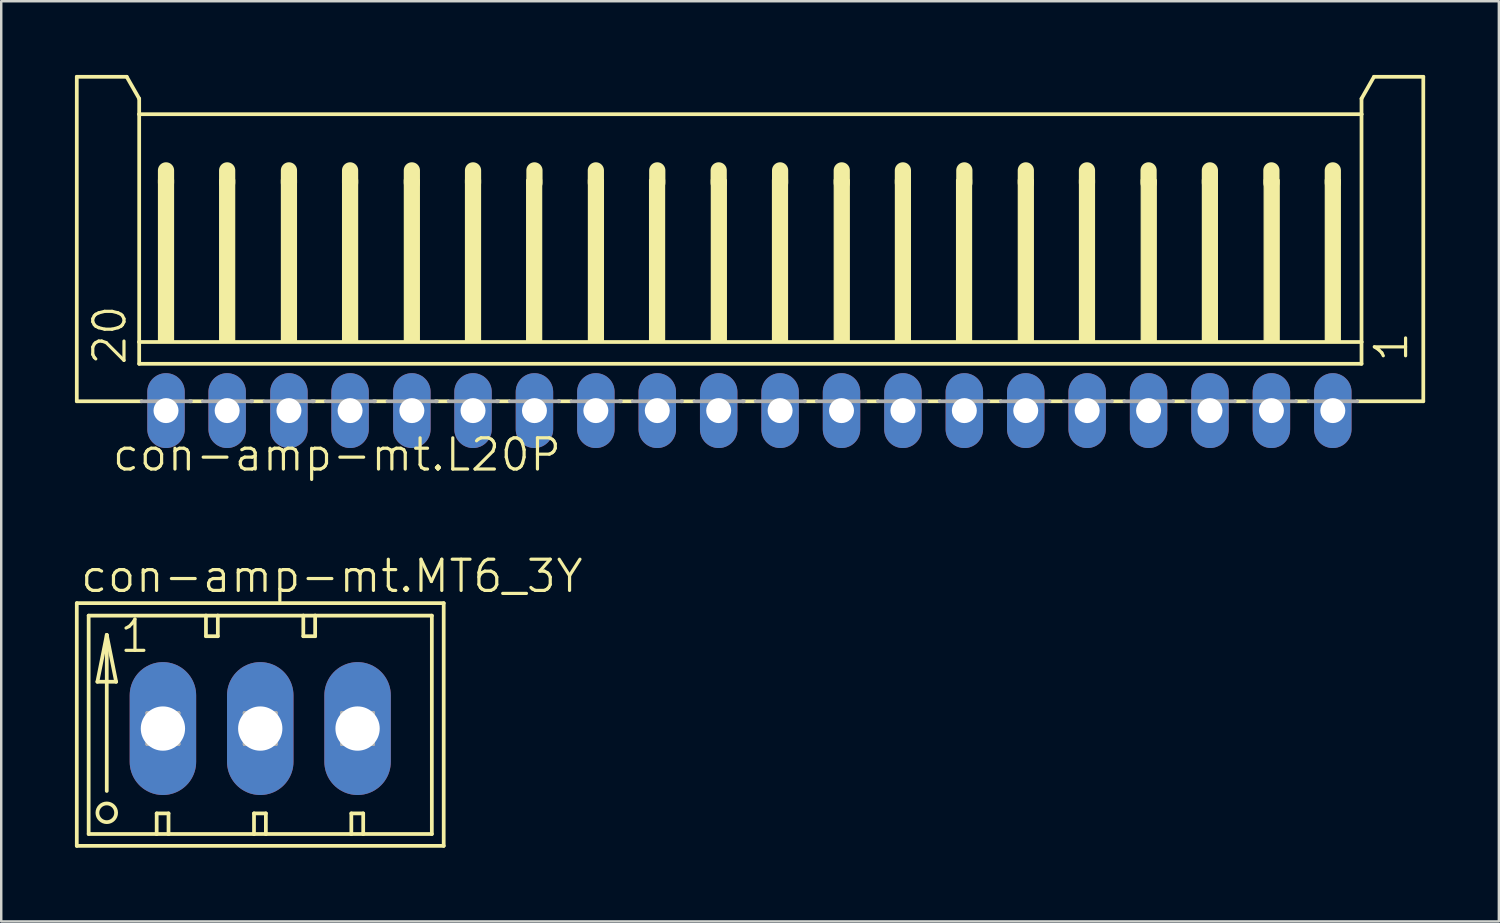
<source format=kicad_pcb>
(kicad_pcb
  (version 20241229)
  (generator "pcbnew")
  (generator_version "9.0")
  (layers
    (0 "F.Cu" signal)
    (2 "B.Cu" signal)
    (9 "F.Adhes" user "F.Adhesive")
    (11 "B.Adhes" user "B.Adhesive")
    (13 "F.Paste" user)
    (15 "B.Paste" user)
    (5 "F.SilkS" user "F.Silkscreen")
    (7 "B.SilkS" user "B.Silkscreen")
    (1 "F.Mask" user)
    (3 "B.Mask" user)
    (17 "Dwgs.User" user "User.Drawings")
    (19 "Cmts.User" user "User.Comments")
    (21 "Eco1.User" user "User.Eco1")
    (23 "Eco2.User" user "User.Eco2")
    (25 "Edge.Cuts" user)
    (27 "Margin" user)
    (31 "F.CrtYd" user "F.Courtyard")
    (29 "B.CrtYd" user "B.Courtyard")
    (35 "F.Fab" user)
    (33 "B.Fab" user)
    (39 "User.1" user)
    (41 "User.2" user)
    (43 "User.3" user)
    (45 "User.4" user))
  (footprint "con-amp-mt.MT6_3Y"
    (layer "F.Cu")
    (at 7.544 26.608)
    (property "Reference" "con-amp-mt.MT6_3Y" (at -7.391 -5.461 0) (layer "F.SilkS") (effects (font (size 1.27 1.27) (thickness 0.13)) (justify left bottom)))
    (attr through_hole)
    (fp_line (start -7.468 -5.105) (end -7.468 4.775) (stroke (width 0.152) (type default)) (layer "F.SilkS"))
    (fp_line (start -7.468 4.775) (end 7.468 4.775) (stroke (width 0.152) (type default)) (layer "F.SilkS"))
    (fp_line (start -6.985 -4.597) (end -6.985 4.293) (stroke (width 0.152) (type default)) (layer "F.SilkS"))
    (fp_line (start -6.985 4.293) (end -4.216 4.293) (stroke (width 0.152) (type default)) (layer "F.SilkS"))
    (fp_line (start -6.629 -1.905) (end -5.867 -1.905) (stroke (width 0.152) (type default)) (layer "F.SilkS"))
    (fp_line (start -6.248 -3.81) (end -6.629 -1.905) (stroke (width 0.152) (type default)) (layer "F.SilkS"))
    (fp_line (start -6.248 -3.81) (end -5.867 -1.905) (stroke (width 0.152) (type default)) (layer "F.SilkS"))
    (fp_line (start -6.248 2.54) (end -6.248 -3.81) (stroke (width 0.152) (type default)) (layer "F.SilkS"))
    (fp_line (start -4.216 3.454) (end -4.216 4.293) (stroke (width 0.152) (type default)) (layer "F.SilkS"))
    (fp_line (start -4.216 3.454) (end -3.734 3.454) (stroke (width 0.152) (type default)) (layer "F.SilkS"))
    (fp_line (start -4.216 4.293) (end -3.734 4.293) (stroke (width 0.152) (type default)) (layer "F.SilkS"))
    (fp_line (start -3.734 3.454) (end -3.734 4.293) (stroke (width 0.152) (type default)) (layer "F.SilkS"))
    (fp_line (start -3.734 4.293) (end -0.254 4.293) (stroke (width 0.152) (type default)) (layer "F.SilkS"))
    (fp_line (start -2.21 -4.597) (end -6.985 -4.597) (stroke (width 0.152) (type default)) (layer "F.SilkS"))
    (fp_line (start -2.21 -4.597) (end -2.21 -3.759) (stroke (width 0.152) (type default)) (layer "F.SilkS"))
    (fp_line (start -2.21 -3.759) (end -1.727 -3.759) (stroke (width 0.152) (type default)) (layer "F.SilkS"))
    (fp_line (start -1.727 -4.597) (end -2.21 -4.597) (stroke (width 0.152) (type default)) (layer "F.SilkS"))
    (fp_line (start -1.727 -3.759) (end -1.727 -4.597) (stroke (width 0.152) (type default)) (layer "F.SilkS"))
    (fp_line (start -0.254 3.454) (end -0.254 4.293) (stroke (width 0.152) (type default)) (layer "F.SilkS"))
    (fp_line (start -0.254 3.454) (end 0.229 3.454) (stroke (width 0.152) (type default)) (layer "F.SilkS"))
    (fp_line (start -0.254 4.293) (end 0.229 4.293) (stroke (width 0.152) (type default)) (layer "F.SilkS"))
    (fp_line (start 0.229 3.454) (end 0.229 4.293) (stroke (width 0.152) (type default)) (layer "F.SilkS"))
    (fp_line (start 0.229 4.293) (end 3.708 4.293) (stroke (width 0.152) (type default)) (layer "F.SilkS"))
    (fp_line (start 1.753 -4.597) (end -1.727 -4.597) (stroke (width 0.152) (type default)) (layer "F.SilkS"))
    (fp_line (start 1.753 -3.759) (end 1.753 -4.597) (stroke (width 0.152) (type default)) (layer "F.SilkS"))
    (fp_line (start 1.753 -3.759) (end 2.235 -3.759) (stroke (width 0.152) (type default)) (layer "F.SilkS"))
    (fp_line (start 2.235 -4.597) (end 1.753 -4.597) (stroke (width 0.152) (type default)) (layer "F.SilkS"))
    (fp_line (start 2.235 -3.759) (end 2.235 -4.597) (stroke (width 0.152) (type default)) (layer "F.SilkS"))
    (fp_line (start 3.708 3.454) (end 3.708 4.293) (stroke (width 0.152) (type default)) (layer "F.SilkS"))
    (fp_line (start 3.708 3.454) (end 4.191 3.454) (stroke (width 0.152) (type default)) (layer "F.SilkS"))
    (fp_line (start 3.708 4.293) (end 4.191 4.293) (stroke (width 0.152) (type default)) (layer "F.SilkS"))
    (fp_line (start 4.191 3.454) (end 4.191 4.293) (stroke (width 0.152) (type default)) (layer "F.SilkS"))
    (fp_line (start 4.191 4.293) (end 6.985 4.293) (stroke (width 0.152) (type default)) (layer "F.SilkS"))
    (fp_line (start 6.985 -4.597) (end 2.235 -4.597) (stroke (width 0.152) (type default)) (layer "F.SilkS"))
    (fp_line (start 6.985 4.293) (end 6.985 -4.597) (stroke (width 0.152) (type default)) (layer "F.SilkS"))
    (fp_line (start 7.468 -5.105) (end -7.468 -5.105) (stroke (width 0.152) (type default)) (layer "F.SilkS"))
    (fp_line (start 7.468 4.775) (end 7.468 -5.105) (stroke (width 0.152) (type default)) (layer "F.SilkS"))
    (fp_circle (center -6.248 3.429) (end -5.867 3.429) (stroke (width 0.152) (type default)) (fill no) (layer "F.SilkS"))
    (fp_line (start -4.597 -0.635) (end -4.597 0.635) (stroke (width 0.152) (type default)) (layer "F.Fab"))
    (fp_line (start -4.597 -0.635) (end -3.327 0.635) (stroke (width 0.152) (type default)) (layer "F.Fab"))
    (fp_line (start -4.597 0.635) (end -3.327 0.635) (stroke (width 0.152) (type default)) (layer "F.Fab"))
    (fp_line (start -3.327 -0.635) (end -4.597 -0.635) (stroke (width 0.152) (type default)) (layer "F.Fab"))
    (fp_line (start -3.327 -0.635) (end -4.597 0.635) (stroke (width 0.152) (type default)) (layer "F.Fab"))
    (fp_line (start -3.327 0.635) (end -3.327 -0.635) (stroke (width 0.152) (type default)) (layer "F.Fab"))
    (fp_line (start -0.635 -0.635) (end -0.635 0.635) (stroke (width 0.152) (type default)) (layer "F.Fab"))
    (fp_line (start -0.635 -0.635) (end 0.635 0.635) (stroke (width 0.152) (type default)) (layer "F.Fab"))
    (fp_line (start -0.635 0.635) (end 0.635 0.635) (stroke (width 0.152) (type default)) (layer "F.Fab"))
    (fp_line (start 0.635 -0.635) (end -0.635 -0.635) (stroke (width 0.152) (type default)) (layer "F.Fab"))
    (fp_line (start 0.635 -0.635) (end -0.635 0.635) (stroke (width 0.152) (type default)) (layer "F.Fab"))
    (fp_line (start 0.635 0.635) (end 0.635 -0.635) (stroke (width 0.152) (type default)) (layer "F.Fab"))
    (fp_line (start 3.327 -0.635) (end 3.327 0.635) (stroke (width 0.152) (type default)) (layer "F.Fab"))
    (fp_line (start 3.327 -0.635) (end 4.597 0.635) (stroke (width 0.152) (type default)) (layer "F.Fab"))
    (fp_line (start 3.327 0.635) (end 4.597 0.635) (stroke (width 0.152) (type default)) (layer "F.Fab"))
    (fp_line (start 4.597 -0.635) (end 3.327 -0.635) (stroke (width 0.152) (type default)) (layer "F.Fab"))
    (fp_line (start 4.597 -0.635) (end 3.327 0.635) (stroke (width 0.152) (type default)) (layer "F.Fab"))
    (fp_line (start 4.597 0.635) (end 4.597 -0.635) (stroke (width 0.152) (type default)) (layer "F.Fab"))
    (fp_text user "1" (at -5.791 -3.023 0) (layer "F.SilkS") (effects (font (size 1.27 1.27) (thickness 0.13)) (justify left bottom)))
    (pad "1" thru_hole oval (at -3.962 0 90) (size 5.41 2.705) (drill 1.803) (layers "*.Cu" "*.Mask"))
    (pad "2" thru_hole oval (at 0 0 90) (size 5.41 2.705) (drill 1.803) (layers "*.Cu" "*.Mask"))
    (pad "3" thru_hole oval (at 3.962 0 90) (size 5.41 2.705) (drill 1.803) (layers "*.Cu" "*.Mask")))
  (footprint "con-amp-mt.L20P"
    (layer "F.Cu")
    (at 27.456 7.415)
    (property "Reference" "con-amp-mt.L20P" (at -26.009 8.79 0) (layer "F.SilkS") (effects (font (size 1.27 1.27) (thickness 0.13)) (justify left bottom)))
    (attr through_hole)
    (fp_line (start -27.38 -7.339) (end -25.348 -7.339) (stroke (width 0.152) (type default)) (layer "F.SilkS"))
    (fp_line (start -27.38 5.869) (end -27.38 -7.339) (stroke (width 0.152) (type default)) (layer "F.SilkS"))
    (fp_line (start -25.348 -7.339) (end -24.84 -6.45) (stroke (width 0.152) (type default)) (layer "F.SilkS"))
    (fp_line (start -24.84 -6.45) (end -24.84 -5.815) (stroke (width 0.152) (type default)) (layer "F.SilkS"))
    (fp_line (start -24.84 -5.815) (end -24.84 3.456) (stroke (width 0.152) (type default)) (layer "F.SilkS"))
    (fp_line (start -24.84 3.456) (end -24.84 4.345) (stroke (width 0.152) (type default)) (layer "F.SilkS"))
    (fp_line (start -24.739 5.869) (end -27.38 5.869) (stroke (width 0.152) (type default)) (layer "F.SilkS"))
    (fp_line (start -23.748 -3.529) (end -23.748 -3.021) (stroke (width 0.66) (type default)) (layer "F.SilkS"))
    (fp_line (start -22.275 5.869) (end -22.783 5.869) (stroke (width 0.152) (type default)) (layer "F.SilkS"))
    (fp_line (start -21.259 -3.529) (end -21.259 -3.021) (stroke (width 0.66) (type default)) (layer "F.SilkS"))
    (fp_line (start -19.786 5.869) (end -20.294 5.869) (stroke (width 0.152) (type default)) (layer "F.SilkS"))
    (fp_line (start -18.744 -3.529) (end -18.744 -3.021) (stroke (width 0.66) (type default)) (layer "F.SilkS"))
    (fp_line (start -17.296 5.869) (end -17.804 5.869) (stroke (width 0.152) (type default)) (layer "F.SilkS"))
    (fp_line (start -16.255 -3.529) (end -16.255 -3.021) (stroke (width 0.66) (type default)) (layer "F.SilkS"))
    (fp_line (start -14.782 5.869) (end -15.29 5.869) (stroke (width 0.152) (type default)) (layer "F.SilkS"))
    (fp_line (start -13.74 -3.529) (end -13.74 -3.021) (stroke (width 0.66) (type default)) (layer "F.SilkS"))
    (fp_line (start -12.267 5.869) (end -12.775 5.869) (stroke (width 0.152) (type default)) (layer "F.SilkS"))
    (fp_line (start -11.25 -3.529) (end -11.25 -3.021) (stroke (width 0.66) (type default)) (layer "F.SilkS"))
    (fp_line (start -9.778 5.869) (end -10.286 5.869) (stroke (width 0.152) (type default)) (layer "F.SilkS"))
    (fp_line (start -8.75 -3.529) (end -8.75 -3.021) (stroke (width 0.66) (type default)) (layer "F.SilkS"))
    (fp_line (start -7.263 5.869) (end -7.771 5.869) (stroke (width 0.152) (type default)) (layer "F.SilkS"))
    (fp_line (start -6.25 -3.529) (end -6.25 -3.021) (stroke (width 0.66) (type default)) (layer "F.SilkS"))
    (fp_line (start -4.774 5.869) (end -5.282 5.869) (stroke (width 0.152) (type default)) (layer "F.SilkS"))
    (fp_line (start -3.75 -3.529) (end -3.75 -3.021) (stroke (width 0.66) (type default)) (layer "F.SilkS"))
    (fp_line (start -2.26 5.869) (end -2.768 5.869) (stroke (width 0.152) (type default)) (layer "F.SilkS"))
    (fp_line (start -1.25 -3.529) (end -1.25 -3.021) (stroke (width 0.66) (type default)) (layer "F.SilkS"))
    (fp_line (start 0.23 5.869) (end -0.278 5.869) (stroke (width 0.152) (type default)) (layer "F.SilkS"))
    (fp_line (start 1.25 -3.529) (end 1.25 -3.021) (stroke (width 0.66) (type default)) (layer "F.SilkS"))
    (fp_line (start 2.744 5.869) (end 2.236 5.869) (stroke (width 0.152) (type default)) (layer "F.SilkS"))
    (fp_line (start 3.76 -3.529) (end 3.76 -3.021) (stroke (width 0.66) (type default)) (layer "F.SilkS"))
    (fp_line (start 5.233 5.869) (end 4.725 5.869) (stroke (width 0.152) (type default)) (layer "F.SilkS"))
    (fp_line (start 6.249 -3.529) (end 6.249 -3.021) (stroke (width 0.66) (type default)) (layer "F.SilkS"))
    (fp_line (start 7.748 5.869) (end 7.215 5.869) (stroke (width 0.152) (type default)) (layer "F.SilkS"))
    (fp_line (start 8.75 -3.529) (end 8.75 -3.021) (stroke (width 0.66) (type default)) (layer "F.SilkS"))
    (fp_line (start 10.237 5.869) (end 9.729 5.869) (stroke (width 0.152) (type default)) (layer "F.SilkS"))
    (fp_line (start 11.253 -3.529) (end 11.253 -3.021) (stroke (width 0.66) (type default)) (layer "F.SilkS"))
    (fp_line (start 12.803 5.869) (end 12.218 5.869) (stroke (width 0.152) (type default)) (layer "F.SilkS"))
    (fp_line (start 13.742 -3.529) (end 13.742 -3.021) (stroke (width 0.66) (type default)) (layer "F.SilkS"))
    (fp_line (start 15.266 5.869) (end 14.758 5.869) (stroke (width 0.152) (type default)) (layer "F.SilkS"))
    (fp_line (start 16.25 -3.529) (end 16.25 -3.021) (stroke (width 0.66) (type default)) (layer "F.SilkS"))
    (fp_line (start 17.781 5.869) (end 17.248 5.869) (stroke (width 0.152) (type default)) (layer "F.SilkS"))
    (fp_line (start 18.746 -3.529) (end 18.746 -3.021) (stroke (width 0.66) (type default)) (layer "F.SilkS"))
    (fp_line (start 20.27 5.869) (end 19.762 5.869) (stroke (width 0.152) (type default)) (layer "F.SilkS"))
    (fp_line (start 21.25 -3.529) (end 21.25 -3.021) (stroke (width 0.66) (type default)) (layer "F.SilkS"))
    (fp_line (start 22.759 5.869) (end 22.251 5.869) (stroke (width 0.152) (type default)) (layer "F.SilkS"))
    (fp_line (start 23.75 -3.529) (end 23.75 -3.021) (stroke (width 0.66) (type default)) (layer "F.SilkS"))
    (fp_line (start 24.918 -6.45) (end 24.918 -5.815) (stroke (width 0.152) (type default)) (layer "F.SilkS"))
    (fp_line (start 24.918 -6.45) (end 25.426 -7.339) (stroke (width 0.152) (type default)) (layer "F.SilkS"))
    (fp_line (start 24.918 -5.815) (end -24.84 -5.815) (stroke (width 0.152) (type default)) (layer "F.SilkS"))
    (fp_line (start 24.918 -5.815) (end 24.918 3.456) (stroke (width 0.152) (type default)) (layer "F.SilkS"))
    (fp_line (start 24.918 3.456) (end -24.84 3.456) (stroke (width 0.152) (type default)) (layer "F.SilkS"))
    (fp_line (start 24.918 3.456) (end 24.918 4.345) (stroke (width 0.152) (type default)) (layer "F.SilkS"))
    (fp_line (start 24.918 4.345) (end -24.84 4.345) (stroke (width 0.152) (type default)) (layer "F.SilkS"))
    (fp_line (start 27.433 -7.339) (end 25.426 -7.339) (stroke (width 0.152) (type default)) (layer "F.SilkS"))
    (fp_line (start 27.433 5.869) (end 24.741 5.869) (stroke (width 0.152) (type default)) (layer "F.SilkS"))
    (fp_line (start 27.433 5.869) (end 27.433 -7.339) (stroke (width 0.152) (type default)) (layer "F.SilkS"))
    (fp_rect (start -24.053 3.456) (end -23.443 -3.148) (stroke (width 0.05) (type default)) (fill yes) (layer "F.SilkS"))
    (fp_rect (start -21.564 3.456) (end -20.954 -3.148) (stroke (width 0.05) (type default)) (fill yes) (layer "F.SilkS"))
    (fp_rect (start -19.049 3.456) (end -18.439 -3.148) (stroke (width 0.05) (type default)) (fill yes) (layer "F.SilkS"))
    (fp_rect (start -16.56 3.456) (end -15.95 -3.148) (stroke (width 0.05) (type default)) (fill yes) (layer "F.SilkS"))
    (fp_rect (start -14.045 3.456) (end -13.436 -3.148) (stroke (width 0.05) (type default)) (fill yes) (layer "F.SilkS"))
    (fp_rect (start -11.556 3.456) (end -10.946 -3.148) (stroke (width 0.05) (type default)) (fill yes) (layer "F.SilkS"))
    (fp_rect (start -9.067 3.456) (end -8.457 -3.148) (stroke (width 0.05) (type default)) (fill yes) (layer "F.SilkS"))
    (fp_rect (start -6.552 3.456) (end -5.943 -3.148) (stroke (width 0.05) (type default)) (fill yes) (layer "F.SilkS"))
    (fp_rect (start -4.063 3.456) (end -3.453 -3.148) (stroke (width 0.05) (type default)) (fill yes) (layer "F.SilkS"))
    (fp_rect (start -1.548 3.456) (end -0.939 -3.148) (stroke (width 0.05) (type default)) (fill yes) (layer "F.SilkS"))
    (fp_rect (start 0.941 3.456) (end 1.55 -3.148) (stroke (width 0.05) (type default)) (fill yes) (layer "F.SilkS"))
    (fp_rect (start 3.455 3.456) (end 4.065 -3.148) (stroke (width 0.05) (type default)) (fill yes) (layer "F.SilkS"))
    (fp_rect (start 5.945 3.456) (end 6.554 -3.148) (stroke (width 0.05) (type default)) (fill yes) (layer "F.SilkS"))
    (fp_rect (start 8.434 3.456) (end 9.043 -3.148) (stroke (width 0.05) (type default)) (fill yes) (layer "F.SilkS"))
    (fp_rect (start 10.948 3.456) (end 11.558 -3.148) (stroke (width 0.05) (type default)) (fill yes) (layer "F.SilkS"))
    (fp_rect (start 13.438 3.456) (end 14.047 -3.148) (stroke (width 0.05) (type default)) (fill yes) (layer "F.SilkS"))
    (fp_rect (start 15.952 3.456) (end 16.562 -3.148) (stroke (width 0.05) (type default)) (fill yes) (layer "F.SilkS"))
    (fp_rect (start 18.441 3.456) (end 19.051 -3.148) (stroke (width 0.05) (type default)) (fill yes) (layer "F.SilkS"))
    (fp_rect (start 20.956 3.456) (end 21.566 -3.148) (stroke (width 0.05) (type default)) (fill yes) (layer "F.SilkS"))
    (fp_rect (start 23.445 3.456) (end 24.055 -3.148) (stroke (width 0.05) (type default)) (fill yes) (layer "F.SilkS"))
    (fp_line (start -24.739 5.869) (end -22.732 5.869) (stroke (width 0.152) (type default)) (layer "F.Fab"))
    (fp_line (start -22.249 5.869) (end -20.243 5.869) (stroke (width 0.152) (type default)) (layer "F.Fab"))
    (fp_line (start -19.735 5.869) (end -17.728 5.869) (stroke (width 0.152) (type default)) (layer "F.Fab"))
    (fp_line (start -17.246 5.869) (end -15.239 5.869) (stroke (width 0.152) (type default)) (layer "F.Fab"))
    (fp_line (start -14.731 5.869) (end -12.724 5.869) (stroke (width 0.152) (type default)) (layer "F.Fab"))
    (fp_line (start -12.242 5.869) (end -10.235 5.869) (stroke (width 0.152) (type default)) (layer "F.Fab"))
    (fp_line (start -9.753 5.869) (end -7.746 5.869) (stroke (width 0.152) (type default)) (layer "F.Fab"))
    (fp_line (start -7.238 5.869) (end -5.231 5.869) (stroke (width 0.152) (type default)) (layer "F.Fab"))
    (fp_line (start -4.749 5.869) (end -2.742 5.869) (stroke (width 0.152) (type default)) (layer "F.Fab"))
    (fp_line (start -2.234 5.869) (end -0.228 5.869) (stroke (width 0.152) (type default)) (layer "F.Fab"))
    (fp_line (start 0.255 5.869) (end 2.262 5.869) (stroke (width 0.152) (type default)) (layer "F.Fab"))
    (fp_line (start 2.744 5.869) (end 4.725 5.869) (stroke (width 0.152) (type default)) (layer "F.Fab"))
    (fp_line (start 5.233 5.869) (end 7.215 5.869) (stroke (width 0.152) (type default)) (layer "F.Fab"))
    (fp_line (start 7.748 5.869) (end 9.729 5.869) (stroke (width 0.152) (type default)) (layer "F.Fab"))
    (fp_line (start 10.237 5.869) (end 12.218 5.869) (stroke (width 0.152) (type default)) (layer "F.Fab"))
    (fp_line (start 12.803 5.869) (end 14.758 5.869) (stroke (width 0.152) (type default)) (layer "F.Fab"))
    (fp_line (start 15.266 5.869) (end 17.248 5.869) (stroke (width 0.152) (type default)) (layer "F.Fab"))
    (fp_line (start 17.781 5.869) (end 19.762 5.869) (stroke (width 0.152) (type default)) (layer "F.Fab"))
    (fp_line (start 20.27 5.869) (end 22.251 5.869) (stroke (width 0.152) (type default)) (layer "F.Fab"))
    (fp_line (start 22.759 5.869) (end 24.741 5.869) (stroke (width 0.152) (type default)) (layer "F.Fab"))
    (fp_rect (start -24.053 6.504) (end -23.443 5.869) (stroke (width 0.05) (type default)) (fill no) (layer "F.Fab"))
    (fp_rect (start -21.564 6.504) (end -20.954 5.869) (stroke (width 0.05) (type default)) (fill no) (layer "F.Fab"))
    (fp_rect (start -19.049 6.504) (end -18.439 5.869) (stroke (width 0.05) (type default)) (fill no) (layer "F.Fab"))
    (fp_rect (start -16.56 6.504) (end -15.95 5.869) (stroke (width 0.05) (type default)) (fill no) (layer "F.Fab"))
    (fp_rect (start -14.045 6.504) (end -13.436 5.869) (stroke (width 0.05) (type default)) (fill no) (layer "F.Fab"))
    (fp_rect (start -11.556 6.504) (end -10.946 5.869) (stroke (width 0.05) (type default)) (fill no) (layer "F.Fab"))
    (fp_rect (start -9.067 6.504) (end -8.457 5.869) (stroke (width 0.05) (type default)) (fill no) (layer "F.Fab"))
    (fp_rect (start -6.552 6.504) (end -5.943 5.869) (stroke (width 0.05) (type default)) (fill no) (layer "F.Fab"))
    (fp_rect (start -4.063 6.504) (end -3.453 5.869) (stroke (width 0.05) (type default)) (fill no) (layer "F.Fab"))
    (fp_rect (start -1.548 6.504) (end -0.939 5.869) (stroke (width 0.05) (type default)) (fill no) (layer "F.Fab"))
    (fp_rect (start 0.941 6.504) (end 1.55 5.869) (stroke (width 0.05) (type default)) (fill no) (layer "F.Fab"))
    (fp_rect (start 3.455 6.504) (end 4.065 5.869) (stroke (width 0.05) (type default)) (fill no) (layer "F.Fab"))
    (fp_rect (start 5.945 6.504) (end 6.554 5.869) (stroke (width 0.05) (type default)) (fill no) (layer "F.Fab"))
    (fp_rect (start 8.434 6.504) (end 9.043 5.869) (stroke (width 0.05) (type default)) (fill no) (layer "F.Fab"))
    (fp_rect (start 10.948 6.504) (end 11.558 5.869) (stroke (width 0.05) (type default)) (fill no) (layer "F.Fab"))
    (fp_rect (start 13.438 6.504) (end 14.047 5.869) (stroke (width 0.05) (type default)) (fill no) (layer "F.Fab"))
    (fp_rect (start 15.952 6.504) (end 16.562 5.869) (stroke (width 0.05) (type default)) (fill no) (layer "F.Fab"))
    (fp_rect (start 18.441 6.504) (end 19.051 5.869) (stroke (width 0.05) (type default)) (fill no) (layer "F.Fab"))
    (fp_rect (start 20.956 6.504) (end 21.566 5.869) (stroke (width 0.05) (type default)) (fill no) (layer "F.Fab"))
    (fp_rect (start 23.445 6.504) (end 24.055 5.869) (stroke (width 0.05) (type default)) (fill no) (layer "F.Fab"))
    (fp_text user "1" (at 26.874 4.345 90) (layer "F.SilkS") (effects (font (size 1.27 1.27) (thickness 0.13)) (justify left bottom)))
    (fp_text user "20" (at -25.297 4.472 90) (layer "F.SilkS") (effects (font (size 1.27 1.27) (thickness 0.13)) (justify left bottom)))
    (pad "1" thru_hole oval (at 23.75 6.25 90) (size 3.048 1.524) (drill 1.016) (layers "*.Cu" "*.Mask"))
    (pad "2" thru_hole oval (at 21.25 6.25 90) (size 3.048 1.524) (drill 1.016) (layers "*.Cu" "*.Mask"))
    (pad "3" thru_hole oval (at 18.75 6.25 90) (size 3.048 1.524) (drill 1.016) (layers "*.Cu" "*.Mask"))
    (pad "4" thru_hole oval (at 16.25 6.25 90) (size 3.048 1.524) (drill 1.016) (layers "*.Cu" "*.Mask"))
    (pad "5" thru_hole oval (at 13.75 6.25 90) (size 3.048 1.524) (drill 1.016) (layers "*.Cu" "*.Mask"))
    (pad "6" thru_hole oval (at 11.25 6.25 90) (size 3.048 1.524) (drill 1.016) (layers "*.Cu" "*.Mask"))
    (pad "7" thru_hole oval (at 8.75 6.25 90) (size 3.048 1.524) (drill 1.016) (layers "*.Cu" "*.Mask"))
    (pad "8" thru_hole oval (at 6.25 6.25 90) (size 3.048 1.524) (drill 1.016) (layers "*.Cu" "*.Mask"))
    (pad "9" thru_hole oval (at 3.75 6.25 90) (size 3.048 1.524) (drill 1.016) (layers "*.Cu" "*.Mask"))
    (pad "10" thru_hole oval (at 1.25 6.25 90) (size 3.048 1.524) (drill 1.016) (layers "*.Cu" "*.Mask"))
    (pad "11" thru_hole oval (at -1.25 6.25 90) (size 3.048 1.524) (drill 1.016) (layers "*.Cu" "*.Mask"))
    (pad "12" thru_hole oval (at -3.75 6.25 90) (size 3.048 1.524) (drill 1.016) (layers "*.Cu" "*.Mask"))
    (pad "13" thru_hole oval (at -6.25 6.25 90) (size 3.048 1.524) (drill 1.016) (layers "*.Cu" "*.Mask"))
    (pad "14" thru_hole oval (at -8.75 6.25 90) (size 3.048 1.524) (drill 1.016) (layers "*.Cu" "*.Mask"))
    (pad "15" thru_hole oval (at -11.25 6.25 90) (size 3.048 1.524) (drill 1.016) (layers "*.Cu" "*.Mask"))
    (pad "16" thru_hole oval (at -13.74 6.25 90) (size 3.048 1.524) (drill 1.016) (layers "*.Cu" "*.Mask"))
    (pad "17" thru_hole oval (at -16.255 6.25 90) (size 3.048 1.524) (drill 1.016) (layers "*.Cu" "*.Mask"))
    (pad "18" thru_hole oval (at -18.744 6.25 90) (size 3.048 1.524) (drill 1.016) (layers "*.Cu" "*.Mask"))
    (pad "19" thru_hole oval (at -21.259 6.25 90) (size 3.048 1.524) (drill 1.016) (layers "*.Cu" "*.Mask"))
    (pad "20" thru_hole oval (at -23.748 6.25 90) (size 3.048 1.524) (drill 1.016) (layers "*.Cu" "*.Mask")))
  (gr_rect
    (start -3 -3)
    (end 57.965 34.46)
    (stroke (width 0.1) (type default))
    (fill no)
    (layer "Edge.Cuts")))
</source>
